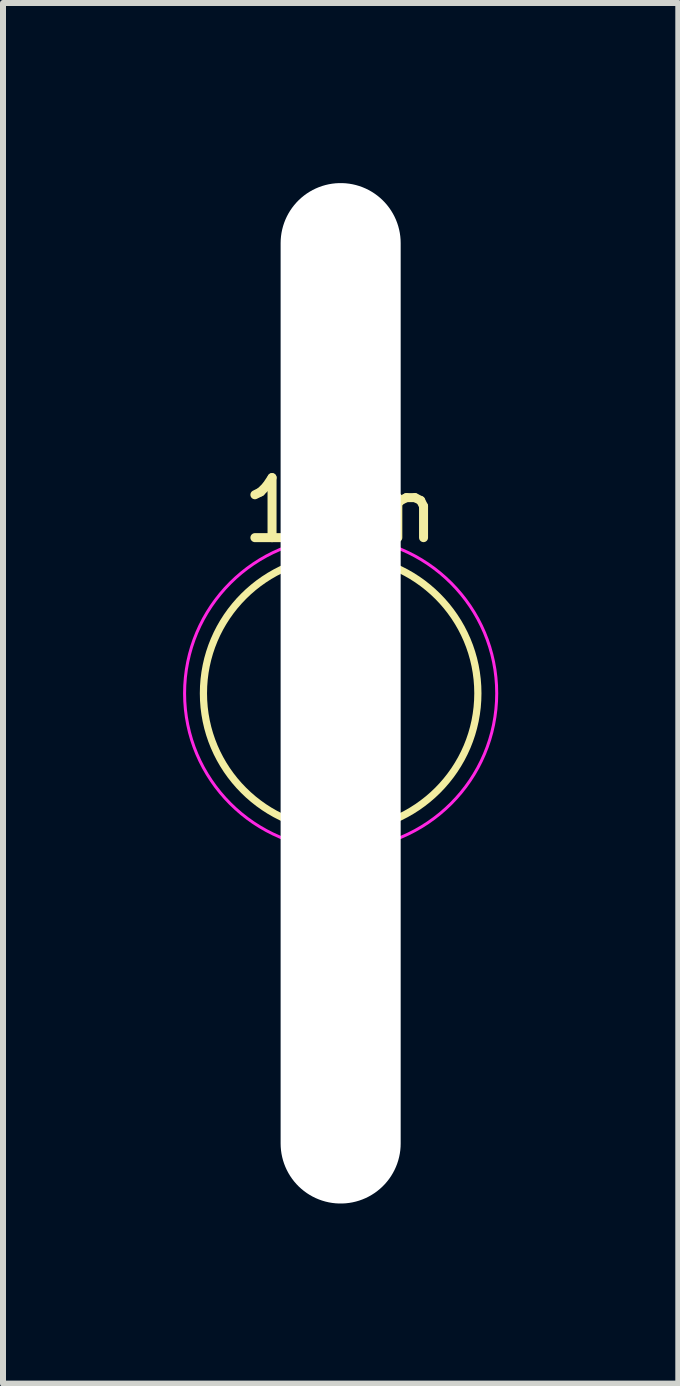
<source format=kicad_pcb>
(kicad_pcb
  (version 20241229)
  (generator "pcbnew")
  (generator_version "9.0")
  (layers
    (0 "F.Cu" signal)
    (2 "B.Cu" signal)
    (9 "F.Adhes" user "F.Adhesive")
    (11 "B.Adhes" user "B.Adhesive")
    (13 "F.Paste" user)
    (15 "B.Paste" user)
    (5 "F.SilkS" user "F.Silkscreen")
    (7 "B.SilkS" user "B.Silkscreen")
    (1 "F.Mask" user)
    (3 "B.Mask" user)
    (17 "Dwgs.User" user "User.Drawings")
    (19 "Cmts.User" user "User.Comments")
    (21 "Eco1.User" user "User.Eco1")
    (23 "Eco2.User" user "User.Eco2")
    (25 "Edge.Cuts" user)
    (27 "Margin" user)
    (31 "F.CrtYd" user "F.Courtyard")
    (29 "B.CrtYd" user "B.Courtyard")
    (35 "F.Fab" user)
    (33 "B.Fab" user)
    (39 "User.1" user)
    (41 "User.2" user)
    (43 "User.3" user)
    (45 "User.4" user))
  (footprint "1pin"
    (layer "F.Cu")
    (at 2.625 8.5)
    (property "Reference" "1pin" (at 0 -3.048 0) (layer "F.SilkS") (effects (font (size 1 1) (thickness 0.15))))
    (attr through_hole)
    (fp_circle (center 0 0) (end 0 -2.286) (stroke (width 0.12) (type solid)) (fill no) (layer "F.SilkS"))
    (fp_circle (center 0 0) (end 2.6 0) (stroke (width 0.05) (type solid)) (fill no) (layer "F.CrtYd"))
    (pad "" np_thru_hole oval (at 0 0) (size 2 17) (drill oval 2 17) (layers "*.Cu" "*.Mask")))
  (gr_rect
    (start -3 -3)
    (end 8.25 20)
    (stroke (width 0.1) (type default))
    (fill no)
    (layer "Edge.Cuts")))
</source>
